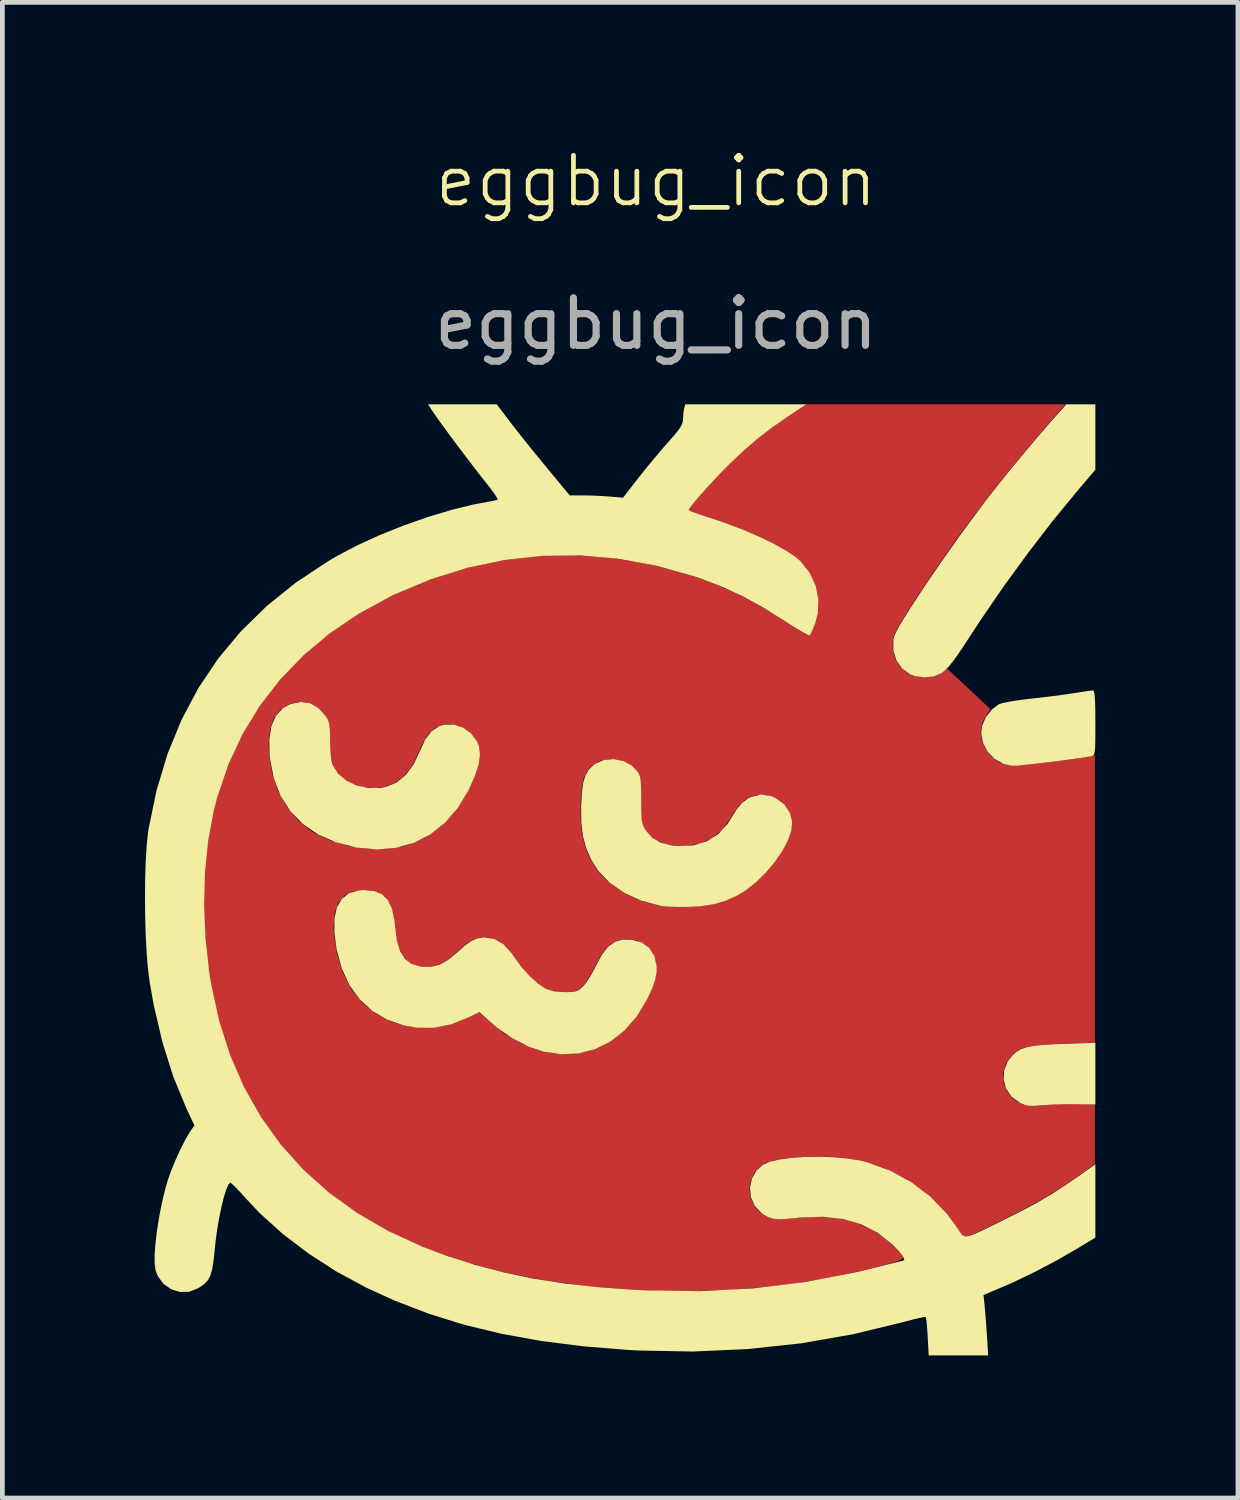
<source format=kicad_pcb>
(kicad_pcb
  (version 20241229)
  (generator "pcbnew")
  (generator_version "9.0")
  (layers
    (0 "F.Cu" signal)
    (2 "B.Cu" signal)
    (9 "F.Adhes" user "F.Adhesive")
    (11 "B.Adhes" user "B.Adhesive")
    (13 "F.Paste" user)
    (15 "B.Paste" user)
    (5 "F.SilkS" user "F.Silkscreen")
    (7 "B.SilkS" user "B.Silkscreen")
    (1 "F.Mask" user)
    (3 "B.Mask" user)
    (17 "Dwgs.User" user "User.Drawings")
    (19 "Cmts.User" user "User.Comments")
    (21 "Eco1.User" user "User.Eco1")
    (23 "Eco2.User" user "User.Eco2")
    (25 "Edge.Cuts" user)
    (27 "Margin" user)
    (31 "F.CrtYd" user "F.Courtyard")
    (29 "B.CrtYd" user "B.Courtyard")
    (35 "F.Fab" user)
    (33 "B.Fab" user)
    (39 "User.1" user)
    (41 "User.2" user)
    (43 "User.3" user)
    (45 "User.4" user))
  (footprint "eggbug_icon"
    (layer "F.Cu")
    (at 10.752 1.26)
    (property "Reference" "eggbug_icon" (at 0 -0.5 0) (unlocked yes) (layer "F.SilkS") (effects (font (size 1 1) (thickness 0.1))))
    (attr smd)
    (fp_poly (pts (xy 9.241 18.278) (xy 9.241 18.928) (xy 8.86 18.918) (xy 8.643 18.917) (xy 8.406 18.924) (xy 8.193 18.936) (xy 8.147 18.94) (xy 7.977 18.953) (xy 7.861 18.954) (xy 7.772 18.939) (xy 7.687 18.906) (xy 7.649 18.887) (xy 7.477 18.761) (xy 7.364 18.595) (xy 7.311 18.406) (xy 7.321 18.208) (xy 7.396 18.018) (xy 7.498 17.889) (xy 7.579 17.818) (xy 7.671 17.763) (xy 7.786 17.723) (xy 7.936 17.693) (xy 8.133 17.672) (xy 8.388 17.657) (xy 8.586 17.65) (xy 9.241 17.627)) (stroke (width 0) (type solid)) (fill yes) (layer "F.SilkS"))
    (fp_poly (pts (xy 9.241 4.883) (xy 9.241 5.571) (xy 8.838 6.046) (xy 8.34 6.653) (xy 7.833 7.312) (xy 7.333 7.997) (xy 6.858 8.688) (xy 6.642 9.016) (xy 6.481 9.264) (xy 6.352 9.455) (xy 6.25 9.597) (xy 6.166 9.702) (xy 6.093 9.778) (xy 6.024 9.835) (xy 6 9.852) (xy 5.842 9.918) (xy 5.651 9.94) (xy 5.457 9.916) (xy 5.34 9.874) (xy 5.171 9.75) (xy 5.052 9.575) (xy 4.99 9.366) (xy 4.992 9.136) (xy 4.997 9.109) (xy 5.03 9.023) (xy 5.104 8.883) (xy 5.216 8.695) (xy 5.359 8.466) (xy 5.529 8.205) (xy 5.721 7.918) (xy 5.929 7.613) (xy 6.149 7.298) (xy 6.376 6.979) (xy 6.604 6.665) (xy 6.829 6.363) (xy 7.006 6.13) (xy 7.234 5.841) (xy 7.496 5.517) (xy 7.775 5.18) (xy 8.051 4.853) (xy 8.307 4.558) (xy 8.377 4.479) (xy 8.629 4.196) (xy 8.935 4.196) (xy 9.241 4.196)) (stroke (width 0) (type solid)) (fill yes) (layer "F.SilkS"))
    (fp_poly (pts (xy 9.211 10.233) (xy 9.224 10.296) (xy 9.233 10.41) (xy 9.239 10.584) (xy 9.241 10.827) (xy 9.241 10.897) (xy 9.241 11.143) (xy 9.239 11.321) (xy 9.234 11.444) (xy 9.225 11.522) (xy 9.211 11.566) (xy 9.189 11.588) (xy 9.159 11.598) (xy 9.153 11.599) (xy 9.067 11.614) (xy 8.922 11.636) (xy 8.737 11.662) (xy 8.532 11.69) (xy 8.326 11.716) (xy 8.137 11.739) (xy 7.985 11.756) (xy 7.971 11.758) (xy 7.816 11.773) (xy 7.671 11.789) (xy 7.6 11.797) (xy 7.471 11.795) (xy 7.331 11.766) (xy 7.307 11.758) (xy 7.119 11.654) (xy 6.972 11.501) (xy 6.875 11.315) (xy 6.838 11.115) (xy 6.857 10.958) (xy 6.939 10.772) (xy 7.071 10.609) (xy 7.212 10.505) (xy 7.291 10.48) (xy 7.43 10.451) (xy 7.611 10.422) (xy 7.816 10.396) (xy 7.867 10.39) (xy 8.107 10.363) (xy 8.358 10.332) (xy 8.591 10.301) (xy 8.776 10.274) (xy 8.777 10.273) (xy 8.941 10.248) (xy 9.079 10.227) (xy 9.17 10.216) (xy 9.192 10.214)) (stroke (width 0) (type solid)) (fill yes) (layer "F.SilkS"))
    (fp_poly (pts (xy -7.281 10.484) (xy -7.102 10.587) (xy -6.947 10.76) (xy -6.905 10.831) (xy -6.879 10.909) (xy -6.865 11.014) (xy -6.859 11.165) (xy -6.859 11.276) (xy -6.852 11.5) (xy -6.833 11.677) (xy -6.805 11.788) (xy -6.687 11.969) (xy -6.512 12.113) (xy -6.296 12.215) (xy -6.053 12.267) (xy -5.798 12.265) (xy -5.679 12.244) (xy -5.461 12.152) (xy -5.265 11.992) (xy -5.1 11.769) (xy -4.972 11.496) (xy -4.858 11.248) (xy -4.722 11.072) (xy -4.56 10.965) (xy -4.453 10.933) (xy -4.25 10.933) (xy -4.056 10.999) (xy -3.89 11.121) (xy -3.767 11.288) (xy -3.727 11.388) (xy -3.705 11.561) (xy -3.732 11.768) (xy -3.812 12.015) (xy -3.946 12.311) (xy -3.948 12.317) (xy -4.174 12.69) (xy -4.442 12.999) (xy -4.75 13.243) (xy -5.093 13.419) (xy -5.468 13.525) (xy -5.871 13.56) (xy -6.298 13.521) (xy -6.312 13.518) (xy -6.74 13.408) (xy -7.115 13.242) (xy -7.435 13.022) (xy -7.697 12.751) (xy -7.901 12.429) (xy -8.044 12.059) (xy -8.124 11.642) (xy -8.131 11.581) (xy -8.137 11.246) (xy -8.094 10.969) (xy -8 10.751) (xy -7.856 10.591) (xy -7.7 10.505) (xy -7.482 10.457)) (stroke (width 0) (type solid)) (fill yes) (layer "F.SilkS"))
    (fp_poly (pts (xy -0.693 11.698) (xy -0.516 11.791) (xy -0.401 11.909) (xy -0.364 11.967) (xy -0.339 12.03) (xy -0.324 12.116) (xy -0.316 12.239) (xy -0.314 12.417) (xy -0.313 12.522) (xy -0.312 12.728) (xy -0.308 12.873) (xy -0.297 12.975) (xy -0.276 13.05) (xy -0.244 13.115) (xy -0.209 13.17) (xy -0.078 13.318) (xy 0.094 13.417) (xy 0.318 13.474) (xy 0.475 13.489) (xy 0.79 13.473) (xy 1.067 13.389) (xy 1.306 13.237) (xy 1.505 13.018) (xy 1.583 12.894) (xy 1.704 12.702) (xy 1.818 12.57) (xy 1.941 12.483) (xy 1.996 12.456) (xy 2.202 12.406) (xy 2.404 12.432) (xy 2.518 12.479) (xy 2.696 12.611) (xy 2.814 12.789) (xy 2.862 12.974) (xy 2.849 13.151) (xy 2.778 13.358) (xy 2.66 13.583) (xy 2.503 13.814) (xy 2.317 14.038) (xy 2.11 14.242) (xy 1.892 14.416) (xy 1.702 14.531) (xy 1.458 14.64) (xy 1.216 14.712) (xy 0.947 14.753) (xy 0.703 14.768) (xy 0.506 14.77) (xy 0.319 14.766) (xy 0.167 14.757) (xy 0.097 14.747) (xy -0.308 14.638) (xy -0.664 14.477) (xy -0.967 14.269) (xy -1.211 14.016) (xy -1.37 13.767) (xy -1.473 13.526) (xy -1.54 13.275) (xy -1.573 12.993) (xy -1.577 12.659) (xy -1.575 12.617) (xy -1.56 12.35) (xy -1.531 12.147) (xy -1.484 11.995) (xy -1.415 11.879) (xy -1.317 11.785) (xy -1.276 11.755) (xy -1.095 11.676) (xy -0.894 11.658)) (stroke (width 0) (type solid)) (fill yes) (layer "F.SilkS"))
    (fp_poly (pts (xy -5.928 14.436) (xy -5.764 14.504) (xy -5.642 14.625) (xy -5.558 14.805) (xy -5.505 15.049) (xy -5.489 15.204) (xy -5.451 15.491) (xy -5.383 15.709) (xy -5.282 15.866) (xy -5.142 15.968) (xy -4.96 16.021) (xy -4.912 16.027) (xy -4.722 16.027) (xy -4.549 15.982) (xy -4.377 15.884) (xy -4.186 15.727) (xy -4.175 15.717) (xy -4.014 15.575) (xy -3.885 15.484) (xy -3.769 15.433) (xy -3.647 15.412) (xy -3.592 15.411) (xy -3.391 15.447) (xy -3.209 15.556) (xy -3.041 15.741) (xy -2.99 15.817) (xy -2.837 16.027) (xy -2.659 16.225) (xy -2.474 16.389) (xy -2.322 16.489) (xy -2.152 16.544) (xy -1.928 16.562) (xy -1.782 16.559) (xy -1.686 16.544) (xy -1.614 16.508) (xy -1.542 16.446) (xy -1.467 16.356) (xy -1.378 16.218) (xy -1.291 16.06) (xy -1.269 16.013) (xy -1.142 15.775) (xy -1.012 15.608) (xy -0.869 15.504) (xy -0.704 15.457) (xy -0.51 15.46) (xy -0.302 15.517) (xy -0.143 15.633) (xy -0.036 15.8) (xy 0.011 16.01) (xy 0.01 16.142) (xy -0.019 16.3) (xy -0.083 16.485) (xy -0.19 16.713) (xy -0.191 16.716) (xy -0.409 17.075) (xy -0.667 17.37) (xy -0.958 17.599) (xy -1.28 17.76) (xy -1.627 17.85) (xy -1.994 17.868) (xy -2.374 17.812) (xy -2.697 17.702) (xy -3.029 17.529) (xy -3.35 17.306) (xy -3.539 17.144) (xy -3.716 16.979) (xy -3.949 17.093) (xy -4.312 17.238) (xy -4.663 17.311) (xy -5.015 17.312) (xy -5.292 17.266) (xy -5.652 17.143) (xy -5.967 16.959) (xy -6.233 16.716) (xy -6.449 16.418) (xy -6.613 16.065) (xy -6.722 15.663) (xy -6.768 15.305) (xy -6.767 15.01) (xy -6.714 14.774) (xy -6.61 14.597) (xy -6.456 14.479) (xy -6.252 14.421) (xy -6.139 14.414)) (stroke (width 0) (type solid)) (fill yes) (layer "F.SilkS"))
    (fp_poly (pts (xy -3.064 4.576) (xy -2.94 4.735) (xy -2.782 4.935) (xy -2.604 5.157) (xy -2.421 5.381) (xy -2.296 5.533) (xy -1.817 6.111) (xy -1.55 6.111) (xy -1.365 6.114) (xy -1.153 6.124) (xy -0.989 6.135) (xy -0.695 6.16) (xy -0.38 5.754) (xy -0.223 5.556) (xy -0.043 5.338) (xy 0.133 5.13) (xy 0.25 4.997) (xy 0.388 4.84) (xy 0.48 4.725) (xy 0.534 4.639) (xy 0.56 4.568) (xy 0.566 4.508) (xy 0.574 4.387) (xy 0.59 4.285) (xy 0.59 4.284) (xy 0.614 4.196) (xy 1.885 4.196) (xy 3.155 4.196) (xy 2.769 4.454) (xy 2.433 4.688) (xy 2.13 4.922) (xy 1.833 5.178) (xy 1.541 5.454) (xy 1.407 5.589) (xy 1.26 5.742) (xy 1.111 5.903) (xy 0.971 6.059) (xy 0.849 6.2) (xy 0.754 6.315) (xy 0.696 6.393) (xy 0.684 6.419) (xy 0.719 6.44) (xy 0.814 6.477) (xy 0.954 6.525) (xy 1.104 6.574) (xy 1.472 6.697) (xy 1.829 6.834) (xy 2.165 6.978) (xy 2.468 7.125) (xy 2.726 7.268) (xy 2.929 7.403) (xy 3.04 7.497) (xy 3.231 7.739) (xy 3.357 8.012) (xy 3.414 8.302) (xy 3.401 8.597) (xy 3.342 8.816) (xy 3.292 8.937) (xy 3.25 9.026) (xy 3.227 9.058) (xy 3.186 9.044) (xy 3.091 8.993) (xy 2.955 8.912) (xy 2.787 8.808) (xy 2.653 8.721) (xy 2.218 8.45) (xy 1.809 8.227) (xy 1.399 8.037) (xy 0.964 7.87) (xy 0.787 7.81) (xy -0.011 7.587) (xy -0.81 7.442) (xy -1.608 7.374) (xy -2.402 7.384) (xy -3.191 7.471) (xy -3.972 7.635) (xy -4.743 7.877) (xy -5.502 8.195) (xy -5.591 8.238) (xy -6.261 8.604) (xy -6.873 9.019) (xy -7.424 9.482) (xy -7.914 9.991) (xy -8.34 10.544) (xy -8.703 11.14) (xy -9 11.778) (xy -9.23 12.455) (xy -9.307 12.754) (xy -9.422 13.37) (xy -9.489 14.033) (xy -9.508 14.726) (xy -9.479 15.433) (xy -9.401 16.138) (xy -9.359 16.399) (xy -9.19 17.168) (xy -8.959 17.89) (xy -8.665 18.565) (xy -8.31 19.191) (xy -7.894 19.77) (xy -7.417 20.299) (xy -6.879 20.78) (xy -6.282 21.21) (xy -5.625 21.59) (xy -4.909 21.919) (xy -4.392 22.113) (xy -3.796 22.302) (xy -3.197 22.459) (xy -2.581 22.588) (xy -1.936 22.689) (xy -1.247 22.766) (xy -0.501 22.821) (xy -0.208 22.836) (xy 0.93 22.852) (xy 2.047 22.793) (xy 3.146 22.659) (xy 4.23 22.449) (xy 4.644 22.348) (xy 4.837 22.298) (xy 5.002 22.257) (xy 5.124 22.227) (xy 5.189 22.211) (xy 5.196 22.21) (xy 5.223 22.187) (xy 5.194 22.12) (xy 5.112 22.017) (xy 4.983 21.883) (xy 4.948 21.85) (xy 4.646 21.614) (xy 4.306 21.442) (xy 3.926 21.333) (xy 3.503 21.287) (xy 3.035 21.303) (xy 2.964 21.311) (xy 2.743 21.332) (xy 2.58 21.339) (xy 2.459 21.328) (xy 2.36 21.297) (xy 2.266 21.243) (xy 2.213 21.204) (xy 2.073 21.055) (xy 1.994 20.874) (xy 1.974 20.679) (xy 2.014 20.487) (xy 2.112 20.314) (xy 2.244 20.195) (xy 2.384 20.132) (xy 2.586 20.084) (xy 2.836 20.049) (xy 3.118 20.029) (xy 3.418 20.024) (xy 3.721 20.034) (xy 4.011 20.059) (xy 4.275 20.1) (xy 4.434 20.138) (xy 4.922 20.316) (xy 5.368 20.558) (xy 5.767 20.861) (xy 6.116 21.223) (xy 6.349 21.54) (xy 6.394 21.61) (xy 6.432 21.662) (xy 6.473 21.692) (xy 6.527 21.701) (xy 6.604 21.685) (xy 6.714 21.643) (xy 6.867 21.573) (xy 7.072 21.473) (xy 7.291 21.365) (xy 7.679 21.17) (xy 8.016 20.989) (xy 8.323 20.808) (xy 8.623 20.614) (xy 8.88 20.437) (xy 9.241 20.181) (xy 9.241 20.953) (xy 9.241 21.725) (xy 8.879 21.945) (xy 8.439 22.199) (xy 7.973 22.445) (xy 7.515 22.665) (xy 7.293 22.762) (xy 6.888 22.933) (xy 6.912 23.168) (xy 6.925 23.313) (xy 6.94 23.504) (xy 6.955 23.71) (xy 6.961 23.803) (xy 6.986 24.203) (xy 6.361 24.203) (xy 5.735 24.203) (xy 5.714 23.809) (xy 5.703 23.642) (xy 5.691 23.506) (xy 5.679 23.419) (xy 5.672 23.396) (xy 5.629 23.398) (xy 5.527 23.419) (xy 5.381 23.454) (xy 5.229 23.495) (xy 4.152 23.757) (xy 3.045 23.95) (xy 1.915 24.071) (xy 0.768 24.122) (xy -0.39 24.1) (xy -0.587 24.089) (xy -1.534 24.012) (xy -2.418 23.9) (xy -3.249 23.749) (xy -4.033 23.56) (xy -4.779 23.328) (xy -5.495 23.053) (xy -6.097 22.778) (xy -6.721 22.441) (xy -7.311 22.061) (xy -7.854 21.648) (xy -8.339 21.21) (xy -8.623 20.909) (xy -8.744 20.775) (xy -8.848 20.666) (xy -8.923 20.593) (xy -8.957 20.569) (xy -8.997 20.61) (xy -9.043 20.715) (xy -9.093 20.875) (xy -9.142 21.076) (xy -9.19 21.306) (xy -9.233 21.553) (xy -9.267 21.806) (xy -9.282 21.95) (xy -9.308 22.199) (xy -9.337 22.384) (xy -9.374 22.519) (xy -9.426 22.618) (xy -9.499 22.697) (xy -9.598 22.769) (xy -9.634 22.791) (xy -9.822 22.865) (xy -10.017 22.869) (xy -10.202 22.812) (xy -10.362 22.699) (xy -10.482 22.536) (xy -10.53 22.415) (xy -10.549 22.273) (xy -10.548 22.071) (xy -10.529 21.824) (xy -10.495 21.545) (xy -10.447 21.251) (xy -10.387 20.955) (xy -10.317 20.672) (xy -10.27 20.51) (xy -10.199 20.311) (xy -10.107 20.087) (xy -10.003 19.861) (xy -9.899 19.657) (xy -9.805 19.498) (xy -9.786 19.47) (xy -9.712 19.367) (xy -9.885 18.998) (xy -10.157 18.338) (xy -10.385 17.616) (xy -10.567 16.838) (xy -10.657 16.329) (xy -10.691 16.055) (xy -10.718 15.725) (xy -10.737 15.355) (xy -10.748 14.962) (xy -10.752 14.562) (xy -10.748 14.169) (xy -10.736 13.802) (xy -10.716 13.474) (xy -10.688 13.202) (xy -10.676 13.125) (xy -10.508 12.315) (xy -10.278 11.552) (xy -9.985 10.837) (xy -9.63 10.167) (xy -9.211 9.543) (xy -8.728 8.964) (xy -8.181 8.43) (xy -7.57 7.94) (xy -6.894 7.493) (xy -6.71 7.385) (xy -6.287 7.162) (xy -5.815 6.947) (xy -5.314 6.746) (xy -4.803 6.567) (xy -4.302 6.416) (xy -3.831 6.301) (xy -3.537 6.246) (xy -3.425 6.226) (xy -3.347 6.207) (xy -3.332 6.201) (xy -3.344 6.166) (xy -3.397 6.083) (xy -3.484 5.964) (xy -3.596 5.821) (xy -3.609 5.805) (xy -3.732 5.65) (xy -3.879 5.459) (xy -4.041 5.246) (xy -4.207 5.025) (xy -4.368 4.809) (xy -4.512 4.611) (xy -4.631 4.445) (xy -4.715 4.324) (xy -4.728 4.303) (xy -4.797 4.196) (xy -4.074 4.196) (xy -3.352 4.196)) (stroke (width 0) (type solid)) (fill yes) (layer "F.SilkS"))
    (fp_text user "${REFERENCE}" (at 0 2.5 0) (unlocked yes) (layer "F.Fab") (effects (font (size 1 1) (thickness 0.15))))
    (pad "1" smd custom (at -4.548 19.723) (size 2.286 2.286) (layers "F.Cu" "F.Mask") (options (anchor circle)) (primitives (gr_poly (pts (xy 12.998 -15.344) (xy 12.479 -14.74) (xy 12.008 -14.173) (xy 11.572 -13.626) (xy 11.159 -13.085) (xy 10.759 -12.533) (xy 10.36 -11.957) (xy 10.02 -11.449) (xy 9.881 -11.234) (xy 9.757 -11.033) (xy 9.654 -10.857) (xy 9.579 -10.719) (xy 9.539 -10.631) (xy 9.534 -10.616) (xy 9.525 -10.385) (xy 9.579 -10.173) (xy 9.692 -9.994) (xy 9.856 -9.864) (xy 9.884 -9.849) (xy 10.071 -9.794) (xy 10.271 -9.788) (xy 10.456 -9.831) (xy 10.539 -9.875) (xy 10.672 -9.966) (xy 11.13 -9.538) (xy 11.588 -9.11) (xy 11.511 -9.013) (xy 11.408 -8.823) (xy 11.376 -8.618) (xy 11.412 -8.411) (xy 11.517 -8.218) (xy 11.585 -8.14) (xy 11.687 -8.049) (xy 11.792 -7.987) (xy 11.914 -7.95) (xy 12.069 -7.937) (xy 12.271 -7.945) (xy 12.531 -7.97) (xy 12.831 -8.004) (xy 13.111 -8.039) (xy 13.356 -8.072) (xy 13.552 -8.101) (xy 13.685 -8.125) (xy 13.691 -8.126) (xy 13.779 -8.145) (xy 13.779 -5.121) (xy 13.779 -2.098) (xy 13.124 -2.075) (xy 12.825 -2.063) (xy 12.593 -2.046) (xy 12.415 -2.022) (xy 12.279 -1.989) (xy 12.174 -1.944) (xy 12.087 -1.883) (xy 12.035 -1.836) (xy 11.909 -1.661) (xy 11.85 -1.465) (xy 11.857 -1.263) (xy 11.931 -1.073) (xy 12.023 -0.956) (xy 12.139 -0.861) (xy 12.268 -0.801) (xy 12.426 -0.773) (xy 12.63 -0.775) (xy 12.823 -0.793) (xy 13.03 -0.811) (xy 13.248 -0.819) (xy 13.44 -0.816) (xy 13.491 -0.812) (xy 13.779 -0.786) (xy 13.779 -0.168) (xy 13.779 0.451) (xy 13.561 0.611) (xy 13.156 0.894) (xy 12.72 1.164) (xy 12.235 1.432) (xy 11.939 1.583) (xy 11.664 1.721) (xy 11.45 1.826) (xy 11.288 1.902) (xy 11.169 1.95) (xy 11.085 1.973) (xy 11.025 1.971) (xy 10.981 1.947) (xy 10.944 1.904) (xy 10.904 1.843) (xy 10.887 1.815) (xy 10.579 1.41) (xy 10.218 1.062) (xy 9.808 0.772) (xy 9.352 0.545) (xy 8.972 0.413) (xy 8.736 0.361) (xy 8.462 0.324) (xy 8.166 0.304) (xy 7.863 0.299) (xy 7.567 0.309) (xy 7.293 0.333) (xy 7.056 0.372) (xy 6.872 0.425) (xy 6.782 0.47) (xy 6.633 0.61) (xy 6.543 0.786) (xy 6.511 0.98) (xy 6.539 1.174) (xy 6.626 1.352) (xy 6.75 1.479) (xy 6.849 1.546) (xy 6.943 1.589) (xy 7.05 1.611) (xy 7.188 1.613) (xy 7.376 1.599) (xy 7.502 1.586) (xy 7.977 1.561) (xy 8.406 1.598) (xy 8.792 1.697) (xy 9.137 1.86) (xy 9.445 2.087) (xy 9.486 2.125) (xy 9.602 2.24) (xy 9.693 2.338) (xy 9.746 2.406) (xy 9.754 2.425) (xy 9.717 2.457) (xy 9.613 2.5) (xy 9.451 2.551) (xy 9.241 2.609) (xy 8.994 2.67) (xy 8.718 2.734) (xy 8.423 2.797) (xy 8.119 2.857) (xy 7.817 2.912) (xy 7.525 2.959) (xy 7.448 2.971) (xy 6.787 3.049) (xy 6.078 3.102) (xy 5.348 3.128) (xy 4.623 3.127) (xy 4.166 3.11) (xy 3.152 3.031) (xy 2.196 2.902) (xy 1.299 2.723) (xy 0.46 2.494) (xy -0.32 2.216) (xy -1.04 1.888) (xy -1.701 1.511) (xy -2.302 1.084) (xy -2.843 0.609) (xy -3.323 0.086) (xy -3.743 -0.487) (xy -4.102 -1.107) (xy -4.399 -1.775) (xy -4.635 -2.492) (xy -4.809 -3.256) (xy -4.822 -3.326) (xy -4.918 -4.026) (xy -4.954 -4.566) (xy -2.236 -4.566) (xy -2.231 -4.42) (xy -2.168 -3.98) (xy -2.048 -3.587) (xy -1.874 -3.245) (xy -1.648 -2.957) (xy -1.372 -2.725) (xy -1.048 -2.553) (xy -0.754 -2.46) (xy -0.394 -2.407) (xy -0.044 -2.425) (xy 0.309 -2.514) (xy 0.589 -2.632) (xy 0.822 -2.746) (xy 0.999 -2.581) (xy 1.355 -2.292) (xy 1.725 -2.075) (xy 2.104 -1.932) (xy 2.489 -1.864) (xy 2.875 -1.873) (xy 2.998 -1.892) (xy 3.333 -1.993) (xy 3.643 -2.166) (xy 3.924 -2.407) (xy 4.171 -2.711) (xy 4.347 -3.009) (xy 4.454 -3.238) (xy 4.519 -3.424) (xy 4.547 -3.582) (xy 4.548 -3.583) (xy 4.535 -3.814) (xy 4.46 -4.006) (xy 4.329 -4.151) (xy 4.147 -4.242) (xy 4.028 -4.266) (xy 3.831 -4.267) (xy 3.667 -4.22) (xy 3.524 -4.115) (xy 3.394 -3.947) (xy 3.269 -3.712) (xy 3.186 -3.552) (xy 3.096 -3.406) (xy 3.016 -3.299) (xy 2.996 -3.279) (xy 2.92 -3.215) (xy 2.847 -3.18) (xy 2.749 -3.165) (xy 2.61 -3.163) (xy 2.375 -3.183) (xy 2.215 -3.236) (xy 2.042 -3.354) (xy 1.857 -3.523) (xy 1.68 -3.723) (xy 1.548 -3.908) (xy 1.385 -4.117) (xy 1.208 -4.251) (xy 1.013 -4.31) (xy 0.946 -4.314) (xy 0.817 -4.304) (xy 0.701 -4.267) (xy 0.579 -4.193) (xy 0.433 -4.073) (xy 0.362 -4.008) (xy 0.17 -3.847) (xy -0.003 -3.747) (xy -0.175 -3.7) (xy -0.365 -3.697) (xy -0.375 -3.698) (xy -0.567 -3.741) (xy -0.716 -3.831) (xy -0.826 -3.975) (xy -0.901 -4.18) (xy -0.945 -4.45) (xy -0.951 -4.521) (xy -0.989 -4.802) (xy -1.056 -5.015) (xy -1.158 -5.165) (xy -1.299 -5.26) (xy -1.485 -5.305) (xy -1.601 -5.311) (xy -1.829 -5.281) (xy -2.007 -5.191) (xy -2.134 -5.041) (xy -2.211 -4.833) (xy -2.236 -4.566) (xy -4.954 -4.566) (xy -4.965 -4.734) (xy -4.964 -5.434) (xy -4.915 -6.11) (xy -4.819 -6.746) (xy -4.77 -6.971) (xy -4.657 -7.392) (xy -4.52 -7.793) (xy -4.346 -8.203) (xy -4.242 -8.423) (xy -3.602 -8.423) (xy -3.593 -8.144) (xy -3.524 -7.744) (xy -3.395 -7.375) (xy -3.21 -7.046) (xy -2.974 -6.766) (xy -2.692 -6.544) (xy -2.646 -6.515) (xy -2.308 -6.354) (xy -1.938 -6.242) (xy -1.554 -6.18) (xy -1.176 -6.172) (xy -0.82 -6.22) (xy -0.667 -6.263) (xy -0.309 -6.421) (xy 0.011 -6.647) (xy 0.291 -6.938) (xy 0.405 -7.108) (xy 2.962 -7.108) (xy 2.963 -6.768) (xy 2.993 -6.48) (xy 3.055 -6.227) (xy 3.154 -5.986) (xy 3.168 -5.958) (xy 3.357 -5.67) (xy 3.61 -5.424) (xy 3.921 -5.222) (xy 4.284 -5.068) (xy 4.635 -4.978) (xy 4.813 -4.957) (xy 5.036 -4.951) (xy 5.281 -4.959) (xy 5.521 -4.979) (xy 5.732 -5.009) (xy 5.888 -5.049) (xy 6.12 -5.139) (xy 6.307 -5.234) (xy 6.485 -5.353) (xy 6.569 -5.417) (xy 6.851 -5.681) (xy 7.101 -5.994) (xy 7.28 -6.296) (xy 7.353 -6.454) (xy 7.393 -6.57) (xy 7.405 -6.671) (xy 7.4 -6.751) (xy 7.342 -6.956) (xy 7.226 -7.123) (xy 7.067 -7.243) (xy 6.879 -7.308) (xy 6.676 -7.309) (xy 6.534 -7.269) (xy 6.404 -7.195) (xy 6.288 -7.083) (xy 6.172 -6.918) (xy 6.121 -6.831) (xy 5.941 -6.581) (xy 5.721 -6.398) (xy 5.461 -6.282) (xy 5.164 -6.235) (xy 5.013 -6.236) (xy 4.753 -6.27) (xy 4.552 -6.345) (xy 4.399 -6.464) (xy 4.328 -6.555) (xy 4.285 -6.625) (xy 4.256 -6.691) (xy 4.238 -6.77) (xy 4.228 -6.881) (xy 4.225 -7.038) (xy 4.224 -7.203) (xy 4.223 -7.411) (xy 4.218 -7.558) (xy 4.206 -7.659) (xy 4.186 -7.731) (xy 4.156 -7.789) (xy 4.137 -7.816) (xy 3.996 -7.952) (xy 3.813 -8.037) (xy 3.611 -8.068) (xy 3.412 -8.041) (xy 3.262 -7.97) (xy 3.154 -7.881) (xy 3.075 -7.775) (xy 3.021 -7.636) (xy 2.986 -7.453) (xy 2.966 -7.21) (xy 2.962 -7.108) (xy 0.405 -7.108) (xy 0.528 -7.292) (xy 0.589 -7.408) (xy 0.724 -7.705) (xy 0.804 -7.953) (xy 0.833 -8.161) (xy 0.811 -8.334) (xy 0.81 -8.337) (xy 0.717 -8.523) (xy 0.571 -8.67) (xy 0.39 -8.766) (xy 0.189 -8.801) (xy 0.085 -8.792) (xy -0.093 -8.723) (xy -0.244 -8.588) (xy -0.371 -8.382) (xy -0.434 -8.229) (xy -0.564 -7.952) (xy -0.731 -7.73) (xy -0.927 -7.571) (xy -1.142 -7.481) (xy -1.397 -7.451) (xy -1.648 -7.479) (xy -1.878 -7.559) (xy -2.074 -7.684) (xy -2.221 -7.849) (xy -2.267 -7.937) (xy -2.296 -8.053) (xy -2.315 -8.231) (xy -2.321 -8.449) (xy -2.323 -8.635) (xy -2.332 -8.763) (xy -2.351 -8.853) (xy -2.384 -8.925) (xy -2.409 -8.965) (xy -2.566 -9.14) (xy -2.746 -9.241) (xy -2.947 -9.268) (xy -3.162 -9.22) (xy -3.347 -9.11) (xy -3.483 -8.94) (xy -3.568 -8.711) (xy -3.602 -8.423) (xy -4.242 -8.423) (xy -4.235 -8.437) (xy -3.895 -9.041) (xy -3.49 -9.601) (xy -3.022 -10.117) (xy -2.49 -10.589) (xy -1.896 -11.014) (xy -1.241 -11.393) (xy -1.053 -11.487) (xy -0.296 -11.815) (xy 0.473 -12.065) (xy 1.253 -12.239) (xy 2.042 -12.335) (xy 2.836 -12.354) (xy 3.633 -12.295) (xy 4.432 -12.159) (xy 5.23 -11.945) (xy 5.324 -11.915) (xy 5.776 -11.753) (xy 6.193 -11.573) (xy 6.599 -11.364) (xy 7.022 -11.113) (xy 7.191 -11.004) (xy 7.373 -10.887) (xy 7.533 -10.788) (xy 7.659 -10.714) (xy 7.741 -10.673) (xy 7.765 -10.667) (xy 7.793 -10.71) (xy 7.838 -10.806) (xy 7.879 -10.909) (xy 7.948 -11.199) (xy 7.945 -11.494) (xy 7.87 -11.78) (xy 7.729 -12.047) (xy 7.578 -12.228) (xy 7.426 -12.352) (xy 7.21 -12.489) (xy 6.94 -12.633) (xy 6.629 -12.78) (xy 6.287 -12.923) (xy 5.926 -13.057) (xy 5.642 -13.151) (xy 5.474 -13.205) (xy 5.339 -13.253) (xy 5.249 -13.289) (xy 5.221 -13.306) (xy 5.246 -13.35) (xy 5.316 -13.44) (xy 5.42 -13.564) (xy 5.549 -13.711) (xy 5.692 -13.87) (xy 5.841 -14.029) (xy 5.985 -14.178) (xy 6.079 -14.271) (xy 6.393 -14.567) (xy 6.69 -14.821) (xy 6.994 -15.054) (xy 7.307 -15.271) (xy 7.693 -15.529) (xy 10.426 -15.529) (xy 13.159 -15.529)) (width 0) (fill yes)))))
  (gr_rect
    (start -3 -3)
    (end 22.993 28.464)
    (stroke (width 0.1) (type default))
    (fill no)
    (layer "Edge.Cuts")))
</source>
